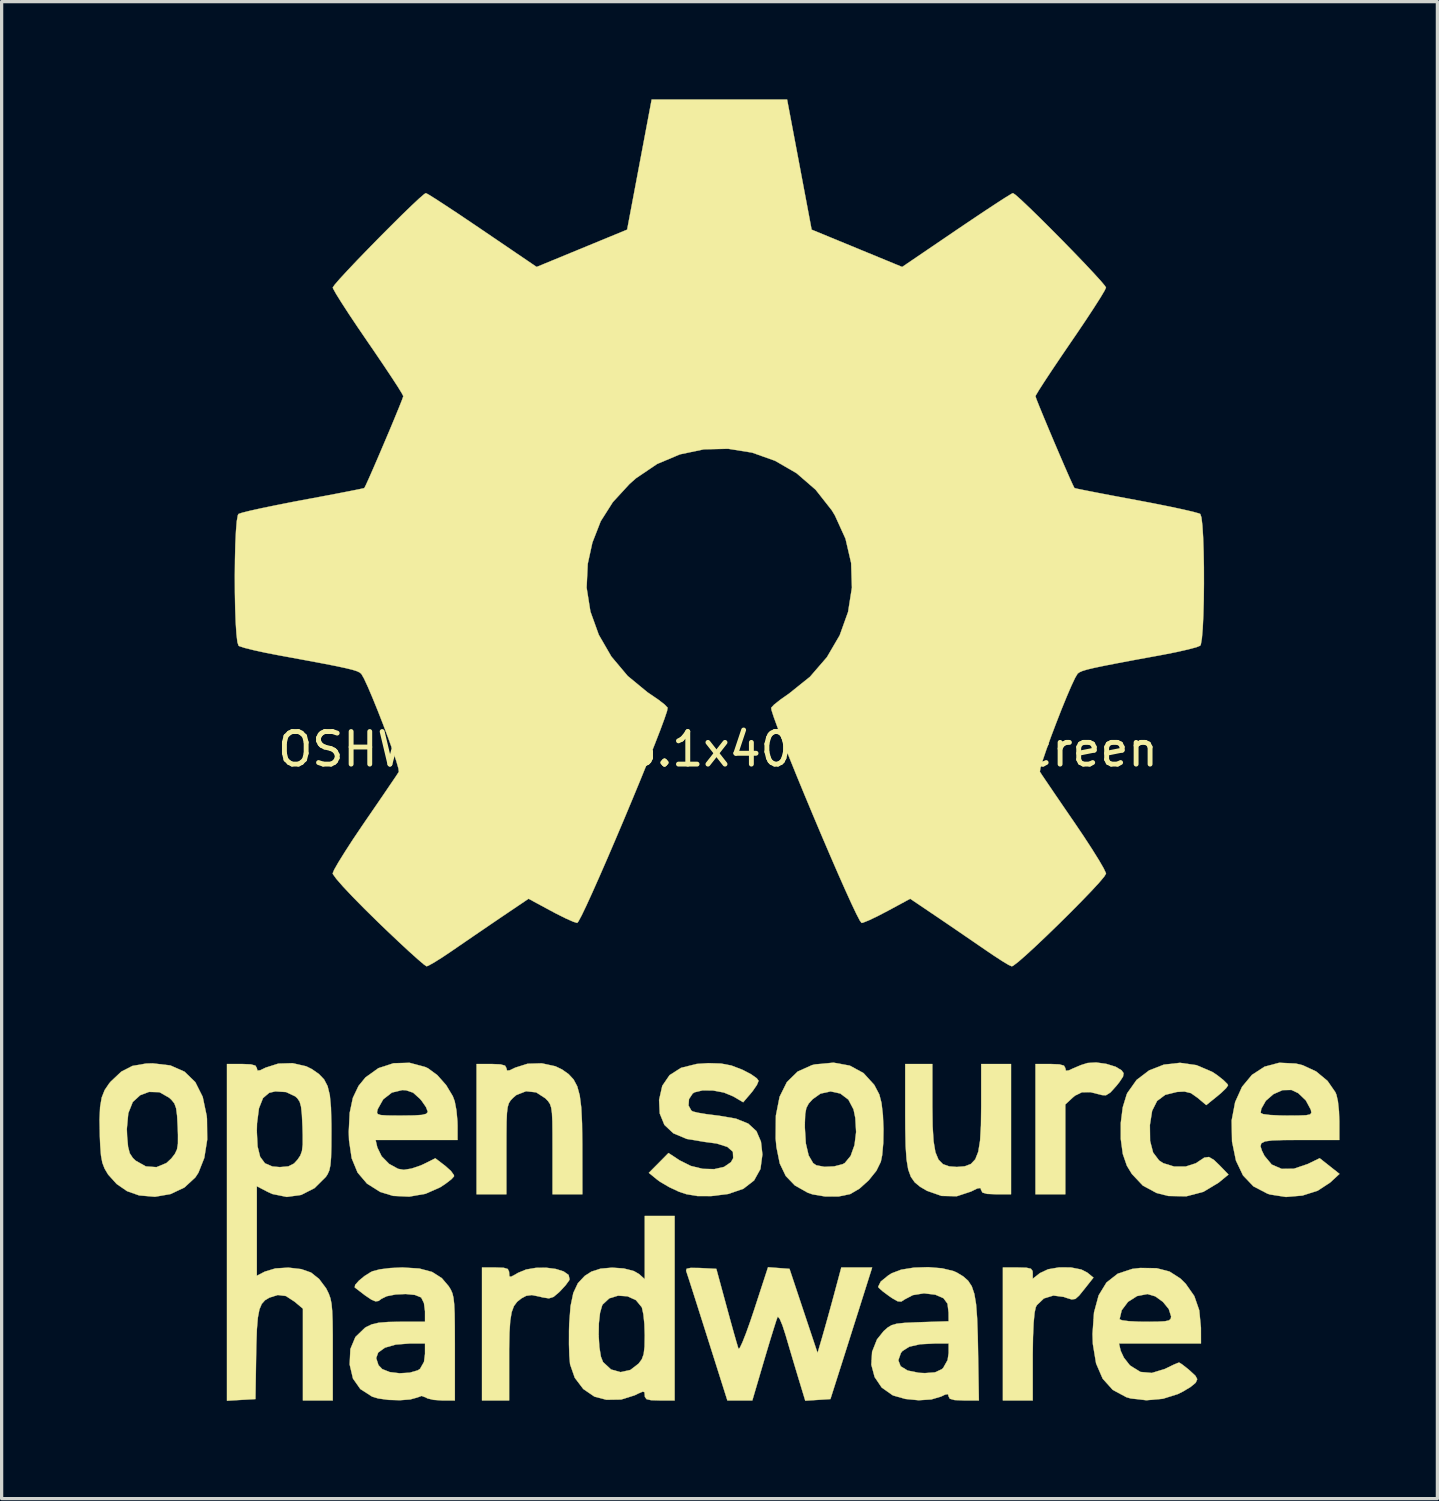
<source format=kicad_pcb>
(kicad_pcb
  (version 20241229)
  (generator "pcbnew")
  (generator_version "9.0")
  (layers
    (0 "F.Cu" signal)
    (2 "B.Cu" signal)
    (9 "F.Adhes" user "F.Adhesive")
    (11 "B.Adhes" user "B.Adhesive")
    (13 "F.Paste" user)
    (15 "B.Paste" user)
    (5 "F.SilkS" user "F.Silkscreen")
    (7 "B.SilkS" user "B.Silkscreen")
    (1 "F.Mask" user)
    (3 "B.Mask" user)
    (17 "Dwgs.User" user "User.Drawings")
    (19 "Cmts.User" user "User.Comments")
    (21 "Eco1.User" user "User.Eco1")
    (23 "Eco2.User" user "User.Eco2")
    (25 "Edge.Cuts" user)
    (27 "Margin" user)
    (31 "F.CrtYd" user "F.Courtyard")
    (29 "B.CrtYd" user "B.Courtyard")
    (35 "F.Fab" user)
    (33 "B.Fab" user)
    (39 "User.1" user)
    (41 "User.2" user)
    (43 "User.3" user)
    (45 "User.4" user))
  (footprint "OSHW-Logo_38.1x40mm_SilkScreen"
    (layer "F.Cu")
    (at 18.99 19.95)
    (property "Reference" "OSHW-Logo_38.1x40mm_SilkScreen" (at 0 0 0) (layer "F.SilkS") (effects (font (size 1 1) (thickness 0.15))))
    (attr exclude_from_pos_files exclude_from_bom)
    (fp_poly (pts (xy 11.918 9.656) (xy 12.204 9.744) (xy 12.389 9.855) (xy 12.449 9.942) (xy 12.432 10.046) (xy 12.325 10.209) (xy 12.234 10.324) (xy 12.047 10.532) (xy 11.907 10.62) (xy 11.787 10.614) (xy 11.431 10.524) (xy 11.17 10.528) (xy 10.959 10.631) (xy 10.887 10.691) (xy 10.66 10.902) (xy 10.66 13.658) (xy 9.744 13.658) (xy 9.744 9.66) (xy 10.202 9.66) (xy 10.477 9.671) (xy 10.619 9.71) (xy 10.66 9.785) (xy 10.66 9.787) (xy 10.679 9.866) (xy 10.767 9.856) (xy 10.889 9.799) (xy 11.14 9.693) (xy 11.344 9.629) (xy 11.607 9.613) (xy 11.918 9.656)) (stroke (width 0.01) (type solid)) (fill yes) (layer "F.SilkS"))
    (fp_poly (pts (xy 10.83 15.905) (xy 11.15 15.968) (xy 11.333 16.061) (xy 11.524 16.217) (xy 11.252 16.561) (xy 11.083 16.77) (xy 10.969 16.871) (xy 10.856 16.887) (xy 10.69 16.837) (xy 10.612 16.809) (xy 10.294 16.767) (xy 10.003 16.856) (xy 9.789 17.059) (xy 9.754 17.123) (xy 9.717 17.294) (xy 9.687 17.609) (xy 9.668 18.046) (xy 9.66 18.582) (xy 9.66 18.658) (xy 9.66 19.987) (xy 8.744 19.987) (xy 8.744 15.906) (xy 9.202 15.906) (xy 9.466 15.913) (xy 9.604 15.944) (xy 9.655 16.013) (xy 9.66 16.079) (xy 9.66 16.251) (xy 9.88 16.079) (xy 10.131 15.961) (xy 10.469 15.903) (xy 10.83 15.905)) (stroke (width 0.01) (type solid)) (fill yes) (layer "F.SilkS"))
    (fp_poly (pts (xy -6.579 15.915) (xy -6.454 15.952) (xy -6.414 16.035) (xy -6.412 16.072) (xy -6.405 16.175) (xy -6.356 16.191) (xy -6.221 16.12) (xy -6.142 16.072) (xy -5.89 15.968) (xy -5.59 15.917) (xy -5.275 15.913) (xy -4.98 15.951) (xy -4.739 16.027) (xy -4.587 16.134) (xy -4.557 16.268) (xy -4.572 16.305) (xy -4.683 16.456) (xy -4.854 16.641) (xy -4.885 16.671) (xy -5.049 16.809) (xy -5.191 16.854) (xy -5.388 16.823) (xy -5.467 16.802) (xy -5.714 16.752) (xy -5.887 16.775) (xy -6.033 16.853) (xy -6.167 16.959) (xy -6.266 17.092) (xy -6.334 17.277) (xy -6.378 17.541) (xy -6.402 17.907) (xy -6.412 18.402) (xy -6.412 18.701) (xy -6.412 19.987) (xy -7.245 19.987) (xy -7.245 15.906) (xy -6.829 15.906) (xy -6.579 15.915)) (stroke (width 0.01) (type solid)) (fill yes) (layer "F.SilkS"))
    (fp_poly (pts (xy 6.579 10.957) (xy 6.587 11.567) (xy 6.616 12.031) (xy 6.673 12.368) (xy 6.767 12.595) (xy 6.904 12.734) (xy 7.094 12.802) (xy 7.329 12.82) (xy 7.574 12.8) (xy 7.761 12.729) (xy 7.896 12.586) (xy 7.988 12.353) (xy 8.044 12.011) (xy 8.071 11.54) (xy 8.078 10.957) (xy 8.078 9.66) (xy 8.994 9.66) (xy 8.994 13.658) (xy 8.536 13.658) (xy 8.26 13.647) (xy 8.118 13.607) (xy 8.078 13.533) (xy 8.054 13.466) (xy 7.959 13.48) (xy 7.767 13.574) (xy 7.327 13.719) (xy 6.861 13.709) (xy 6.414 13.552) (xy 6.201 13.427) (xy 6.038 13.292) (xy 5.92 13.124) (xy 5.838 12.898) (xy 5.787 12.591) (xy 5.759 12.18) (xy 5.748 11.64) (xy 5.746 11.223) (xy 5.746 9.66) (xy 6.579 9.66) (xy 6.579 10.957)) (stroke (width 0.01) (type solid)) (fill yes) (layer "F.SilkS"))
    (fp_poly (pts (xy -4.994 9.729) (xy -4.787 9.828) (xy -4.586 9.971) (xy -4.433 10.136) (xy -4.321 10.346) (xy -4.245 10.625) (xy -4.198 10.996) (xy -4.174 11.485) (xy -4.166 12.114) (xy -4.166 12.18) (xy -4.164 13.658) (xy -5.08 13.658) (xy -5.08 12.295) (xy -5.081 11.79) (xy -5.085 11.424) (xy -5.097 11.17) (xy -5.121 10.999) (xy -5.16 10.884) (xy -5.218 10.798) (xy -5.3 10.713) (xy -5.583 10.53) (xy -5.893 10.496) (xy -6.189 10.611) (xy -6.291 10.698) (xy -6.367 10.778) (xy -6.421 10.865) (xy -6.457 10.985) (xy -6.479 11.165) (xy -6.491 11.432) (xy -6.495 11.815) (xy -6.496 12.28) (xy -6.496 13.658) (xy -7.412 13.658) (xy -7.412 9.66) (xy -6.954 9.66) (xy -6.679 9.671) (xy -6.537 9.71) (xy -6.496 9.785) (xy -6.496 9.787) (xy -6.477 9.861) (xy -6.392 9.853) (xy -6.225 9.772) (xy -5.845 9.652) (xy -5.411 9.639) (xy -4.994 9.729)) (stroke (width 0.01) (type solid)) (fill yes) (layer "F.SilkS"))
    (fp_poly (pts (xy 14.685 9.695) (xy 15.167 9.9) (xy 15.319 10) (xy 15.513 10.153) (xy 15.635 10.274) (xy 15.656 10.313) (xy 15.597 10.4) (xy 15.444 10.548) (xy 15.321 10.651) (xy 14.986 10.921) (xy 14.721 10.698) (xy 14.517 10.554) (xy 14.317 10.505) (xy 14.089 10.517) (xy 13.726 10.607) (xy 13.477 10.794) (xy 13.325 11.096) (xy 13.256 11.532) (xy 13.256 11.533) (xy 13.262 12.02) (xy 13.355 12.378) (xy 13.539 12.621) (xy 13.665 12.704) (xy 13.999 12.807) (xy 14.356 12.807) (xy 14.667 12.707) (xy 14.74 12.658) (xy 14.925 12.534) (xy 15.069 12.514) (xy 15.224 12.606) (xy 15.396 12.772) (xy 15.668 13.053) (xy 15.366 13.302) (xy 14.899 13.583) (xy 14.373 13.721) (xy 13.824 13.711) (xy 13.462 13.62) (xy 13.04 13.392) (xy 12.703 13.035) (xy 12.55 12.783) (xy 12.425 12.422) (xy 12.363 11.963) (xy 12.363 11.467) (xy 12.423 10.99) (xy 12.545 10.591) (xy 12.564 10.55) (xy 12.848 10.149) (xy 13.233 9.856) (xy 13.687 9.679) (xy 14.181 9.624) (xy 14.685 9.695)) (stroke (width 0.01) (type solid)) (fill yes) (layer "F.SilkS"))
    (fp_poly (pts (xy 4.045 9.71) (xy 4.466 9.939) (xy 4.796 10.301) (xy 4.951 10.596) (xy 5.018 10.856) (xy 5.061 11.227) (xy 5.079 11.654) (xy 5.072 12.083) (xy 5.038 12.46) (xy 4.997 12.661) (xy 4.861 12.937) (xy 4.626 13.229) (xy 4.342 13.485) (xy 4.061 13.65) (xy 4.054 13.653) (xy 3.706 13.725) (xy 3.293 13.727) (xy 2.9 13.661) (xy 2.749 13.608) (xy 2.358 13.387) (xy 2.079 13.097) (xy 1.895 12.713) (xy 1.793 12.21) (xy 1.769 11.946) (xy 1.772 11.615) (xy 2.665 11.615) (xy 2.695 12.098) (xy 2.782 12.467) (xy 2.919 12.702) (xy 3.017 12.769) (xy 3.268 12.816) (xy 3.567 12.802) (xy 3.825 12.735) (xy 3.892 12.698) (xy 4.071 12.481) (xy 4.189 12.15) (xy 4.239 11.747) (xy 4.214 11.315) (xy 4.16 11.055) (xy 4.002 10.754) (xy 3.754 10.566) (xy 3.455 10.501) (xy 3.146 10.569) (xy 2.908 10.737) (xy 2.783 10.874) (xy 2.711 11.01) (xy 2.676 11.194) (xy 2.665 11.476) (xy 2.665 11.615) (xy 1.772 11.615) (xy 1.776 11.243) (xy 1.89 10.666) (xy 2.113 10.216) (xy 2.444 9.892) (xy 2.883 9.695) (xy 2.978 9.672) (xy 3.545 9.619) (xy 4.045 9.71)) (stroke (width 0.01) (type solid)) (fill yes) (layer "F.SilkS"))
    (fp_poly (pts (xy 1.865 15.923) (xy 2.194 15.948) (xy 2.624 17.239) (xy 3.055 18.53) (xy 3.19 18.071) (xy 3.271 17.788) (xy 3.378 17.406) (xy 3.494 16.985) (xy 3.555 16.76) (xy 3.784 15.906) (xy 4.731 15.906) (xy 4.448 16.801) (xy 4.309 17.242) (xy 4.14 17.773) (xy 3.965 18.327) (xy 3.808 18.821) (xy 3.45 19.945) (xy 2.678 19.995) (xy 2.468 19.304) (xy 2.339 18.875) (xy 2.198 18.401) (xy 2.075 17.983) (xy 2.07 17.966) (xy 1.978 17.683) (xy 1.897 17.49) (xy 1.84 17.417) (xy 1.828 17.425) (xy 1.787 17.538) (xy 1.71 17.781) (xy 1.604 18.123) (xy 1.481 18.533) (xy 1.414 18.759) (xy 1.053 19.987) (xy 0.287 19.987) (xy -0.326 18.051) (xy -0.498 17.508) (xy -0.655 17.014) (xy -0.789 16.594) (xy -0.893 16.27) (xy -0.96 16.066) (xy -0.98 16.006) (xy -0.964 15.945) (xy -0.838 15.918) (xy -0.577 15.921) (xy -0.537 15.923) (xy -0.052 15.948) (xy 0.265 17.114) (xy 0.381 17.539) (xy 0.485 17.913) (xy 0.568 18.203) (xy 0.62 18.376) (xy 0.629 18.405) (xy 0.669 18.372) (xy 0.749 18.203) (xy 0.86 17.922) (xy 0.993 17.55) (xy 1.106 17.214) (xy 1.535 15.898) (xy 1.865 15.923)) (stroke (width 0.01) (type solid)) (fill yes) (layer "F.SilkS"))
    (fp_poly (pts (xy -16.811 9.704) (xy -16.375 9.896) (xy -16.044 10.218) (xy -15.818 10.669) (xy -15.696 11.25) (xy -15.687 11.341) (xy -15.68 11.981) (xy -15.769 12.541) (xy -15.949 12.996) (xy -16.045 13.142) (xy -16.38 13.451) (xy -16.806 13.652) (xy -17.284 13.735) (xy -17.771 13.693) (xy -18.141 13.562) (xy -18.459 13.343) (xy -18.719 13.055) (xy -18.724 13.048) (xy -18.829 12.871) (xy -18.898 12.692) (xy -18.94 12.467) (xy -18.964 12.149) (xy -18.975 11.888) (xy -18.979 11.651) (xy -18.147 11.651) (xy -18.138 11.887) (xy -18.109 12.2) (xy -18.057 12.401) (xy -17.963 12.544) (xy -17.875 12.628) (xy -17.563 12.803) (xy -17.236 12.826) (xy -16.932 12.7) (xy -16.78 12.559) (xy -16.671 12.417) (xy -16.607 12.281) (xy -16.578 12.104) (xy -16.577 11.839) (xy -16.585 11.594) (xy -16.604 11.245) (xy -16.634 11.019) (xy -16.687 10.871) (xy -16.777 10.759) (xy -16.848 10.694) (xy -17.145 10.525) (xy -17.466 10.516) (xy -17.736 10.617) (xy -17.965 10.826) (xy -18.102 11.17) (xy -18.147 11.651) (xy -18.979 11.651) (xy -18.985 11.369) (xy -18.968 10.981) (xy -18.918 10.689) (xy -18.827 10.459) (xy -18.689 10.256) (xy -18.638 10.196) (xy -18.318 9.895) (xy -17.976 9.719) (xy -17.556 9.646) (xy -17.352 9.64) (xy -16.811 9.704)) (stroke (width 0.01) (type solid)) (fill yes) (layer "F.SilkS"))
    (fp_poly (pts (xy -1.332 19.987) (xy -1.79 19.987) (xy -2.056 19.979) (xy -2.195 19.947) (xy -2.245 19.877) (xy -2.249 19.829) (xy -2.257 19.734) (xy -2.31 19.716) (xy -2.449 19.775) (xy -2.558 19.829) (xy -2.974 19.959) (xy -3.426 19.966) (xy -3.793 19.87) (xy -4.136 19.636) (xy -4.397 19.292) (xy -4.539 18.885) (xy -4.543 18.862) (xy -4.564 18.614) (xy -4.575 18.258) (xy -4.574 17.989) (xy -3.664 17.989) (xy -3.643 18.347) (xy -3.595 18.642) (xy -3.53 18.808) (xy -3.285 19.036) (xy -2.993 19.118) (xy -2.693 19.052) (xy -2.436 18.855) (xy -2.339 18.722) (xy -2.282 18.564) (xy -2.255 18.334) (xy -2.249 17.987) (xy -2.26 17.644) (xy -2.291 17.343) (xy -2.335 17.141) (xy -2.343 17.123) (xy -2.52 16.908) (xy -2.779 16.79) (xy -3.069 16.771) (xy -3.338 16.853) (xy -3.537 17.038) (xy -3.558 17.075) (xy -3.622 17.299) (xy -3.658 17.622) (xy -3.664 17.989) (xy -4.574 17.989) (xy -4.574 17.852) (xy -4.568 17.634) (xy -4.527 17.094) (xy -4.442 16.688) (xy -4.301 16.388) (xy -4.092 16.165) (xy -3.889 16.034) (xy -3.605 15.942) (xy -3.252 15.911) (xy -2.891 15.936) (xy -2.582 16.016) (xy -2.418 16.112) (xy -2.249 16.265) (xy -2.249 14.324) (xy -1.332 14.324) (xy -1.332 19.987)) (stroke (width 0.01) (type solid)) (fill yes) (layer "F.SilkS"))
    (fp_poly (pts (xy 17.736 9.646) (xy 17.949 9.698) (xy 18.358 9.888) (xy 18.707 10.177) (xy 18.949 10.525) (xy 18.982 10.603) (xy 19.028 10.807) (xy 19.06 11.109) (xy 19.071 11.415) (xy 19.071 11.992) (xy 17.863 11.992) (xy 17.365 11.994) (xy 17.014 12.005) (xy 16.791 12.035) (xy 16.677 12.092) (xy 16.651 12.184) (xy 16.695 12.32) (xy 16.774 12.48) (xy 16.995 12.746) (xy 17.302 12.879) (xy 17.676 12.874) (xy 18.101 12.73) (xy 18.468 12.552) (xy 18.772 12.792) (xy 19.076 13.033) (xy 18.79 13.298) (xy 18.408 13.548) (xy 17.938 13.698) (xy 17.432 13.741) (xy 16.943 13.665) (xy 16.864 13.639) (xy 16.434 13.415) (xy 16.115 13.08) (xy 15.898 12.625) (xy 15.778 12.041) (xy 15.777 12.028) (xy 15.766 11.391) (xy 15.81 11.163) (xy 16.656 11.163) (xy 16.733 11.198) (xy 16.944 11.225) (xy 17.255 11.24) (xy 17.452 11.243) (xy 17.82 11.241) (xy 18.05 11.232) (xy 18.171 11.208) (xy 18.212 11.161) (xy 18.201 11.085) (xy 18.192 11.055) (xy 18.043 10.778) (xy 17.809 10.554) (xy 17.602 10.456) (xy 17.328 10.462) (xy 17.049 10.585) (xy 16.816 10.787) (xy 16.676 11.034) (xy 16.656 11.163) (xy 15.81 11.163) (xy 15.873 10.83) (xy 16.085 10.36) (xy 16.39 9.993) (xy 16.775 9.742) (xy 17.227 9.622) (xy 17.736 9.646)) (stroke (width 0.01) (type solid)) (fill yes) (layer "F.SilkS"))
    (fp_poly (pts (xy 0.093 9.646) (xy 0.408 9.706) (xy 0.735 9.831) (xy 0.77 9.847) (xy 1.018 9.977) (xy 1.19 10.099) (xy 1.246 10.176) (xy 1.193 10.303) (xy 1.064 10.49) (xy 1.007 10.56) (xy 0.772 10.834) (xy 0.469 10.655) (xy 0.181 10.536) (xy -0.152 10.473) (xy -0.471 10.469) (xy -0.719 10.528) (xy -0.778 10.566) (xy -0.891 10.737) (xy -0.905 10.934) (xy -0.82 11.088) (xy -0.77 11.118) (xy -0.62 11.155) (xy -0.357 11.199) (xy -0.032 11.24) (xy 0.028 11.247) (xy 0.55 11.337) (xy 0.928 11.49) (xy 1.179 11.721) (xy 1.318 12.043) (xy 1.362 12.436) (xy 1.302 12.883) (xy 1.107 13.234) (xy 0.777 13.49) (xy 0.31 13.65) (xy -0.208 13.714) (xy -0.631 13.713) (xy -0.973 13.655) (xy -1.208 13.576) (xy -1.503 13.437) (xy -1.777 13.276) (xy -1.874 13.205) (xy -2.124 13.001) (xy -1.822 12.697) (xy -1.521 12.392) (xy -1.178 12.618) (xy -0.835 12.789) (xy -0.468 12.878) (xy -0.115 12.887) (xy 0.186 12.818) (xy 0.397 12.673) (xy 0.466 12.55) (xy 0.456 12.354) (xy 0.286 12.204) (xy -0.043 12.1) (xy -0.404 12.052) (xy -0.959 11.96) (xy -1.371 11.787) (xy -1.646 11.529) (xy -1.789 11.178) (xy -1.809 10.763) (xy -1.711 10.329) (xy -1.487 10.002) (xy -1.136 9.778) (xy -0.655 9.658) (xy -0.299 9.634) (xy 0.093 9.646)) (stroke (width 0.01) (type solid)) (fill yes) (layer "F.SilkS"))
    (fp_poly (pts (xy 13.462 15.928) (xy 13.86 16.031) (xy 14.193 16.245) (xy 14.355 16.405) (xy 14.619 16.782) (xy 14.771 17.219) (xy 14.823 17.757) (xy 14.823 17.801) (xy 14.824 18.238) (xy 12.307 18.238) (xy 12.361 18.467) (xy 12.458 18.674) (xy 12.627 18.891) (xy 12.663 18.925) (xy 12.967 19.112) (xy 13.315 19.143) (xy 13.715 19.021) (xy 13.783 18.988) (xy 13.991 18.887) (xy 14.13 18.83) (xy 14.154 18.824) (xy 14.239 18.876) (xy 14.401 19.002) (xy 14.483 19.071) (xy 14.653 19.229) (xy 14.709 19.333) (xy 14.67 19.429) (xy 14.649 19.455) (xy 14.509 19.57) (xy 14.277 19.71) (xy 14.116 19.791) (xy 13.657 19.935) (xy 13.149 19.981) (xy 12.668 19.926) (xy 12.533 19.887) (xy 12.117 19.663) (xy 11.807 19.319) (xy 11.605 18.852) (xy 11.506 18.257) (xy 11.495 17.947) (xy 11.527 17.494) (xy 12.325 17.494) (xy 12.402 17.527) (xy 12.61 17.554) (xy 12.912 17.569) (xy 13.116 17.572) (xy 13.484 17.569) (xy 13.716 17.557) (xy 13.844 17.529) (xy 13.897 17.479) (xy 13.908 17.407) (xy 13.836 17.182) (xy 13.656 16.961) (xy 13.42 16.791) (xy 13.183 16.721) (xy 12.862 16.783) (xy 12.584 16.961) (xy 12.391 17.219) (xy 12.325 17.494) (xy 11.527 17.494) (xy 11.541 17.287) (xy 11.683 16.762) (xy 11.924 16.367) (xy 12.268 16.097) (xy 12.716 15.949) (xy 12.959 15.921) (xy 13.462 15.928)) (stroke (width 0.01) (type solid)) (fill yes) (layer "F.SilkS"))
    (fp_poly (pts (xy -8.985 9.753) (xy -8.902 9.792) (xy -8.615 10.003) (xy -8.344 10.31) (xy -8.141 10.648) (xy -8.083 10.803) (xy -8.03 11.081) (xy -7.999 11.416) (xy -7.995 11.555) (xy -7.995 11.992) (xy -10.511 11.992) (xy -10.458 12.221) (xy -10.326 12.492) (xy -10.096 12.726) (xy -9.822 12.877) (xy -9.647 12.908) (xy -9.411 12.87) (xy -9.128 12.775) (xy -9.032 12.731) (xy -8.678 12.554) (xy -8.375 12.785) (xy -8.2 12.941) (xy -8.107 13.07) (xy -8.103 13.108) (xy -8.186 13.199) (xy -8.368 13.339) (xy -8.533 13.447) (xy -8.978 13.643) (xy -9.478 13.731) (xy -9.973 13.708) (xy -10.368 13.588) (xy -10.775 13.331) (xy -11.064 12.992) (xy -11.245 12.553) (xy -11.327 11.997) (xy -11.335 11.742) (xy -11.306 11.159) (xy -11.302 11.142) (xy -10.468 11.142) (xy -10.445 11.196) (xy -10.351 11.227) (xy -10.156 11.24) (xy -9.832 11.243) (xy -9.708 11.243) (xy -9.328 11.238) (xy -9.088 11.222) (xy -8.958 11.189) (xy -8.912 11.136) (xy -8.911 11.119) (xy -8.963 10.984) (xy -9.094 10.794) (xy -9.15 10.728) (xy -9.359 10.54) (xy -9.576 10.466) (xy -9.694 10.46) (xy -10.011 10.537) (xy -10.277 10.744) (xy -10.446 11.045) (xy -10.449 11.055) (xy -10.468 11.142) (xy -11.302 11.142) (xy -11.209 10.699) (xy -11.034 10.332) (xy -10.821 10.071) (xy -10.426 9.788) (xy -9.962 9.637) (xy -9.469 9.623) (xy -8.985 9.753)) (stroke (width 0.01) (type solid)) (fill yes) (layer "F.SilkS"))
    (fp_poly (pts (xy 6.877 15.931) (xy 7.228 16.016) (xy 7.33 16.061) (xy 7.527 16.18) (xy 7.677 16.313) (xy 7.789 16.484) (xy 7.868 16.717) (xy 7.921 17.034) (xy 7.953 17.458) (xy 7.973 18.013) (xy 7.98 18.384) (xy 8.007 19.987) (xy 7.543 19.987) (xy 7.261 19.975) (xy 7.116 19.935) (xy 7.079 19.867) (xy 7.059 19.794) (xy 6.97 19.808) (xy 6.85 19.866) (xy 6.548 19.956) (xy 6.159 19.981) (xy 5.751 19.941) (xy 5.389 19.839) (xy 5.356 19.825) (xy 5.025 19.592) (xy 4.807 19.269) (xy 4.706 18.891) (xy 4.714 18.755) (xy 5.534 18.755) (xy 5.606 18.938) (xy 5.82 19.069) (xy 6.165 19.139) (xy 6.35 19.148) (xy 6.658 19.125) (xy 6.862 19.032) (xy 6.912 18.988) (xy 7.047 18.747) (xy 7.079 18.53) (xy 7.079 18.238) (xy 6.673 18.238) (xy 6.201 18.262) (xy 5.87 18.338) (xy 5.661 18.47) (xy 5.614 18.529) (xy 5.534 18.755) (xy 4.714 18.755) (xy 4.729 18.494) (xy 4.879 18.115) (xy 5.084 17.859) (xy 5.208 17.749) (xy 5.33 17.676) (xy 5.488 17.631) (xy 5.722 17.606) (xy 6.071 17.59) (xy 6.21 17.585) (xy 7.079 17.557) (xy 7.077 17.294) (xy 7.044 17.017) (xy 6.922 16.85) (xy 6.676 16.743) (xy 6.67 16.741) (xy 6.321 16.699) (xy 5.98 16.754) (xy 5.726 16.887) (xy 5.625 16.953) (xy 5.515 16.944) (xy 5.347 16.849) (xy 5.248 16.781) (xy 5.054 16.637) (xy 4.934 16.53) (xy 4.915 16.499) (xy 4.994 16.339) (xy 5.228 16.148) (xy 5.33 16.084) (xy 5.622 15.973) (xy 6.016 15.91) (xy 6.454 15.896) (xy 6.877 15.931)) (stroke (width 0.01) (type solid)) (fill yes) (layer "F.SilkS"))
    (fp_poly (pts (xy -9.168 15.938) (xy -8.776 16.043) (xy -8.478 16.233) (xy -8.267 16.481) (xy -8.202 16.587) (xy -8.153 16.698) (xy -8.12 16.839) (xy -8.098 17.038) (xy -8.085 17.32) (xy -8.08 17.711) (xy -8.078 18.236) (xy -8.078 18.375) (xy -8.078 19.987) (xy -8.478 19.987) (xy -8.733 19.969) (xy -8.921 19.924) (xy -8.969 19.896) (xy -9.098 19.848) (xy -9.23 19.896) (xy -9.447 19.956) (xy -9.762 19.98) (xy -10.112 19.97) (xy -10.431 19.926) (xy -10.618 19.869) (xy -10.979 19.637) (xy -11.205 19.316) (xy -11.306 18.888) (xy -11.307 18.877) (xy -11.298 18.687) (xy -10.493 18.687) (xy -10.423 18.903) (xy -10.308 19.024) (xy -10.078 19.116) (xy -9.774 19.153) (xy -9.464 19.135) (xy -9.216 19.063) (xy -9.146 19.016) (xy -9.025 18.802) (xy -8.994 18.558) (xy -8.994 18.238) (xy -9.455 18.238) (xy -9.892 18.272) (xy -10.224 18.367) (xy -10.431 18.516) (xy -10.493 18.687) (xy -11.298 18.687) (xy -11.285 18.409) (xy -11.131 18.04) (xy -10.841 17.76) (xy -10.801 17.735) (xy -10.629 17.652) (xy -10.416 17.602) (xy -10.118 17.578) (xy -9.764 17.572) (xy -8.994 17.572) (xy -8.994 17.249) (xy -9.027 16.998) (xy -9.11 16.83) (xy -9.12 16.822) (xy -9.305 16.748) (xy -9.586 16.72) (xy -9.895 16.734) (xy -10.169 16.788) (xy -10.332 16.868) (xy -10.42 16.933) (xy -10.513 16.946) (xy -10.641 16.892) (xy -10.835 16.761) (xy -11.125 16.538) (xy -11.152 16.517) (xy -11.138 16.44) (xy -11.024 16.311) (xy -10.851 16.168) (xy -10.66 16.048) (xy -10.6 16.02) (xy -10.381 15.963) (xy -10.059 15.923) (xy -9.701 15.906) (xy -9.684 15.906) (xy -9.168 15.938)) (stroke (width 0.01) (type solid)) (fill yes) (layer "F.SilkS"))
    (fp_poly (pts (xy -12.642 9.73) (xy -12.466 9.817) (xy -12.25 9.968) (xy -12.092 10.133) (xy -11.984 10.34) (xy -11.916 10.618) (xy -11.881 10.994) (xy -11.868 11.499) (xy -11.867 11.715) (xy -11.869 12.191) (xy -11.878 12.53) (xy -11.898 12.765) (xy -11.932 12.926) (xy -11.985 13.045) (xy -12.039 13.126) (xy -12.386 13.47) (xy -12.795 13.678) (xy -13.236 13.74) (xy -13.68 13.65) (xy -13.821 13.586) (xy -14.157 13.411) (xy -14.157 16.16) (xy -13.912 16.033) (xy -13.588 15.935) (xy -13.19 15.91) (xy -12.793 15.956) (xy -12.493 16.061) (xy -12.244 16.26) (xy -12.031 16.544) (xy -12.015 16.574) (xy -11.948 16.711) (xy -11.898 16.85) (xy -11.864 17.018) (xy -11.843 17.244) (xy -11.831 17.555) (xy -11.826 17.981) (xy -11.826 18.459) (xy -11.826 19.987) (xy -12.742 19.987) (xy -12.742 17.17) (xy -12.998 16.955) (xy -13.264 16.782) (xy -13.516 16.751) (xy -13.77 16.831) (xy -13.905 16.911) (xy -14.005 17.023) (xy -14.077 17.193) (xy -14.125 17.445) (xy -14.155 17.802) (xy -14.172 18.289) (xy -14.178 18.613) (xy -14.199 19.945) (xy -14.636 19.97) (xy -15.073 19.996) (xy -15.073 11.727) (xy -14.157 11.727) (xy -14.134 12.188) (xy -14.055 12.508) (xy -13.908 12.707) (xy -13.68 12.805) (xy -13.45 12.825) (xy -13.188 12.802) (xy -13.015 12.714) (xy -12.907 12.596) (xy -12.822 12.47) (xy -12.771 12.329) (xy -12.748 12.132) (xy -12.748 11.837) (xy -12.755 11.589) (xy -12.773 11.217) (xy -12.799 10.972) (xy -12.842 10.817) (xy -12.913 10.712) (xy -12.98 10.652) (xy -13.259 10.521) (xy -13.589 10.5) (xy -13.779 10.545) (xy -13.967 10.706) (xy -14.091 11.019) (xy -14.151 11.482) (xy -14.157 11.727) (xy -15.073 11.727) (xy -15.073 9.66) (xy -14.615 9.66) (xy -14.34 9.671) (xy -14.199 9.71) (xy -14.157 9.785) (xy -14.157 9.787) (xy -14.138 9.861) (xy -14.054 9.853) (xy -13.887 9.772) (xy -13.497 9.648) (xy -13.058 9.635) (xy -12.642 9.73)) (stroke (width 0.01) (type solid)) (fill yes) (layer "F.SilkS"))
    (fp_poly (pts (xy 2.497 -17.948) (xy 2.873 -15.951) (xy 5.652 -14.806) (xy 7.318 -15.939) (xy 7.785 -16.254) (xy 8.207 -16.536) (xy 8.564 -16.771) (xy 8.837 -16.947) (xy 9.007 -17.05) (xy 9.053 -17.072) (xy 9.136 -17.015) (xy 9.313 -16.857) (xy 9.565 -16.618) (xy 9.872 -16.319) (xy 10.213 -15.979) (xy 10.57 -15.619) (xy 10.921 -15.259) (xy 11.247 -14.92) (xy 11.528 -14.62) (xy 11.745 -14.382) (xy 11.877 -14.225) (xy 11.909 -14.172) (xy 11.863 -14.075) (xy 11.736 -13.862) (xy 11.54 -13.554) (xy 11.289 -13.172) (xy 10.996 -12.737) (xy 10.826 -12.489) (xy 10.517 -12.035) (xy 10.242 -11.626) (xy 10.015 -11.282) (xy 9.849 -11.023) (xy 9.757 -10.868) (xy 9.744 -10.836) (xy 9.775 -10.744) (xy 9.86 -10.53) (xy 9.986 -10.223) (xy 10.14 -9.854) (xy 10.309 -9.453) (xy 10.481 -9.05) (xy 10.643 -8.675) (xy 10.781 -8.359) (xy 10.884 -8.132) (xy 10.938 -8.023) (xy 10.941 -8.019) (xy 11.025 -7.998) (xy 11.25 -7.952) (xy 11.592 -7.885) (xy 12.028 -7.801) (xy 12.535 -7.706) (xy 12.831 -7.651) (xy 13.372 -7.548) (xy 13.861 -7.45) (xy 14.273 -7.362) (xy 14.583 -7.29) (xy 14.766 -7.239) (xy 14.803 -7.223) (xy 14.839 -7.114) (xy 14.868 -6.867) (xy 14.89 -6.511) (xy 14.905 -6.076) (xy 14.914 -5.59) (xy 14.915 -5.081) (xy 14.91 -4.58) (xy 14.897 -4.114) (xy 14.878 -3.712) (xy 14.852 -3.404) (xy 14.82 -3.218) (xy 14.8 -3.18) (xy 14.683 -3.133) (xy 14.434 -3.067) (xy 14.087 -2.988) (xy 13.674 -2.906) (xy 13.53 -2.879) (xy 12.835 -2.752) (xy 12.287 -2.649) (xy 11.866 -2.567) (xy 11.555 -2.502) (xy 11.335 -2.45) (xy 11.189 -2.406) (xy 11.098 -2.366) (xy 11.044 -2.327) (xy 11.036 -2.319) (xy 10.961 -2.193) (xy 10.846 -1.949) (xy 10.703 -1.617) (xy 10.543 -1.225) (xy 10.379 -0.804) (xy 10.22 -0.385) (xy 10.08 0.004) (xy 9.968 0.333) (xy 9.897 0.57) (xy 9.879 0.688) (xy 9.881 0.692) (xy 9.943 0.788) (xy 10.086 0.999) (xy 10.292 1.303) (xy 10.549 1.679) (xy 10.84 2.104) (xy 10.923 2.224) (xy 11.219 2.662) (xy 11.479 3.061) (xy 11.69 3.399) (xy 11.837 3.653) (xy 11.906 3.8) (xy 11.909 3.818) (xy 11.851 3.912) (xy 11.692 4.1) (xy 11.451 4.361) (xy 11.149 4.674) (xy 10.808 5.019) (xy 10.446 5.377) (xy 10.085 5.727) (xy 9.746 6.048) (xy 9.448 6.322) (xy 9.213 6.527) (xy 9.06 6.643) (xy 9.018 6.662) (xy 8.919 6.618) (xy 8.718 6.497) (xy 8.446 6.32) (xy 8.237 6.178) (xy 7.858 5.918) (xy 7.41 5.611) (xy 6.96 5.304) (xy 6.718 5.14) (xy 5.899 4.587) (xy 5.212 4.958) (xy 4.899 5.121) (xy 4.633 5.248) (xy 4.453 5.32) (xy 4.407 5.33) (xy 4.352 5.256) (xy 4.243 5.046) (xy 4.089 4.721) (xy 3.897 4.298) (xy 3.676 3.799) (xy 3.434 3.241) (xy 3.179 2.645) (xy 2.919 2.029) (xy 2.662 1.413) (xy 2.416 0.816) (xy 2.19 0.258) (xy 1.992 -0.242) (xy 1.829 -0.665) (xy 1.71 -0.992) (xy 1.642 -1.203) (xy 1.632 -1.275) (xy 1.717 -1.367) (xy 1.905 -1.517) (xy 2.155 -1.693) (xy 2.176 -1.707) (xy 2.822 -2.225) (xy 3.343 -2.828) (xy 3.735 -3.499) (xy 3.992 -4.217) (xy 4.11 -4.963) (xy 4.086 -5.719) (xy 3.913 -6.464) (xy 3.588 -7.179) (xy 3.493 -7.336) (xy 2.996 -7.968) (xy 2.409 -8.476) (xy 1.752 -8.856) (xy 1.046 -9.107) (xy 0.31 -9.225) (xy -0.434 -9.208) (xy -1.167 -9.054) (xy -1.868 -8.759) (xy -2.517 -8.321) (xy -2.718 -8.143) (xy -3.229 -7.587) (xy -3.601 -7.001) (xy -3.857 -6.344) (xy -3.999 -5.694) (xy -4.034 -4.963) (xy -3.917 -4.228) (xy -3.66 -3.514) (xy -3.274 -2.847) (xy -2.772 -2.25) (xy -2.164 -1.749) (xy -2.085 -1.696) (xy -1.832 -1.523) (xy -1.64 -1.374) (xy -1.548 -1.278) (xy -1.547 -1.275) (xy -1.566 -1.171) (xy -1.645 -0.937) (xy -1.773 -0.59) (xy -1.944 -0.15) (xy -2.149 0.363) (xy -2.379 0.93) (xy -2.628 1.532) (xy -2.886 2.15) (xy -3.146 2.763) (xy -3.399 3.353) (xy -3.638 3.901) (xy -3.854 4.387) (xy -4.039 4.792) (xy -4.185 5.097) (xy -4.284 5.281) (xy -4.324 5.33) (xy -4.445 5.292) (xy -4.673 5.191) (xy -4.967 5.044) (xy -5.129 4.958) (xy -5.816 4.587) (xy -6.635 5.14) (xy -7.053 5.424) (xy -7.51 5.736) (xy -7.939 6.03) (xy -8.154 6.178) (xy -8.456 6.381) (xy -8.712 6.542) (xy -8.888 6.64) (xy -8.945 6.661) (xy -9.028 6.605) (xy -9.212 6.448) (xy -9.48 6.208) (xy -9.813 5.899) (xy -10.193 5.539) (xy -10.433 5.308) (xy -10.854 4.894) (xy -11.217 4.525) (xy -11.509 4.215) (xy -11.714 3.98) (xy -11.818 3.836) (xy -11.828 3.807) (xy -11.782 3.696) (xy -11.654 3.471) (xy -11.458 3.156) (xy -11.21 2.772) (xy -10.922 2.344) (xy -10.84 2.224) (xy -10.542 1.79) (xy -10.274 1.399) (xy -10.053 1.073) (xy -9.891 0.835) (xy -9.806 0.705) (xy -9.797 0.692) (xy -9.81 0.589) (xy -9.875 0.362) (xy -9.983 0.042) (xy -10.121 -0.342) (xy -10.278 -0.76) (xy -10.443 -1.182) (xy -10.604 -1.578) (xy -10.749 -1.918) (xy -10.867 -2.173) (xy -10.947 -2.312) (xy -10.953 -2.319) (xy -11.002 -2.359) (xy -11.084 -2.398) (xy -11.219 -2.441) (xy -11.423 -2.491) (xy -11.716 -2.554) (xy -12.114 -2.632) (xy -12.637 -2.73) (xy -13.303 -2.853) (xy -13.447 -2.879) (xy -13.874 -2.961) (xy -14.246 -3.042) (xy -14.531 -3.113) (xy -14.695 -3.167) (xy -14.717 -3.18) (xy -14.753 -3.291) (xy -14.782 -3.539) (xy -14.805 -3.896) (xy -14.821 -4.332) (xy -14.83 -4.819) (xy -14.832 -5.327) (xy -14.827 -5.828) (xy -14.816 -6.294) (xy -14.797 -6.694) (xy -14.772 -7.001) (xy -14.739 -7.185) (xy -14.72 -7.223) (xy -14.61 -7.261) (xy -14.362 -7.323) (xy -13.999 -7.403) (xy -13.547 -7.496) (xy -13.029 -7.598) (xy -12.747 -7.651) (xy -12.212 -7.751) (xy -11.735 -7.841) (xy -11.339 -7.918) (xy -11.048 -7.976) (xy -10.884 -8.011) (xy -10.858 -8.019) (xy -10.812 -8.107) (xy -10.716 -8.318) (xy -10.582 -8.623) (xy -10.423 -8.991) (xy -10.252 -9.392) (xy -10.081 -9.795) (xy -9.924 -10.172) (xy -9.793 -10.491) (xy -9.701 -10.722) (xy -9.661 -10.835) (xy -9.66 -10.84) (xy -9.706 -10.929) (xy -9.833 -11.135) (xy -10.029 -11.436) (xy -10.28 -11.812) (xy -10.573 -12.244) (xy -10.743 -12.492) (xy -11.053 -12.946) (xy -11.329 -13.359) (xy -11.556 -13.709) (xy -11.722 -13.975) (xy -11.812 -14.137) (xy -11.826 -14.173) (xy -11.769 -14.257) (xy -11.613 -14.438) (xy -11.378 -14.693) (xy -11.083 -15.005) (xy -10.748 -15.351) (xy -10.394 -15.713) (xy -10.039 -16.069) (xy -9.705 -16.401) (xy -9.41 -16.686) (xy -9.175 -16.906) (xy -9.02 -17.04) (xy -8.968 -17.072) (xy -8.883 -17.027) (xy -8.681 -16.901) (xy -8.381 -16.706) (xy -8.002 -16.456) (xy -7.565 -16.162) (xy -7.235 -15.939) (xy -5.568 -14.806) (xy -2.79 -15.951) (xy -2.413 -17.948) (xy -2.037 -19.945) (xy 2.12 -19.945) (xy 2.497 -17.948)) (stroke (width 0.01) (type solid)) (fill yes) (layer "F.SilkS")))
  (gr_rect
    (start -3 -3)
    (end 41.071 42.951)
    (stroke (width 0.1) (type default))
    (fill no)
    (layer "Edge.Cuts")))
</source>
